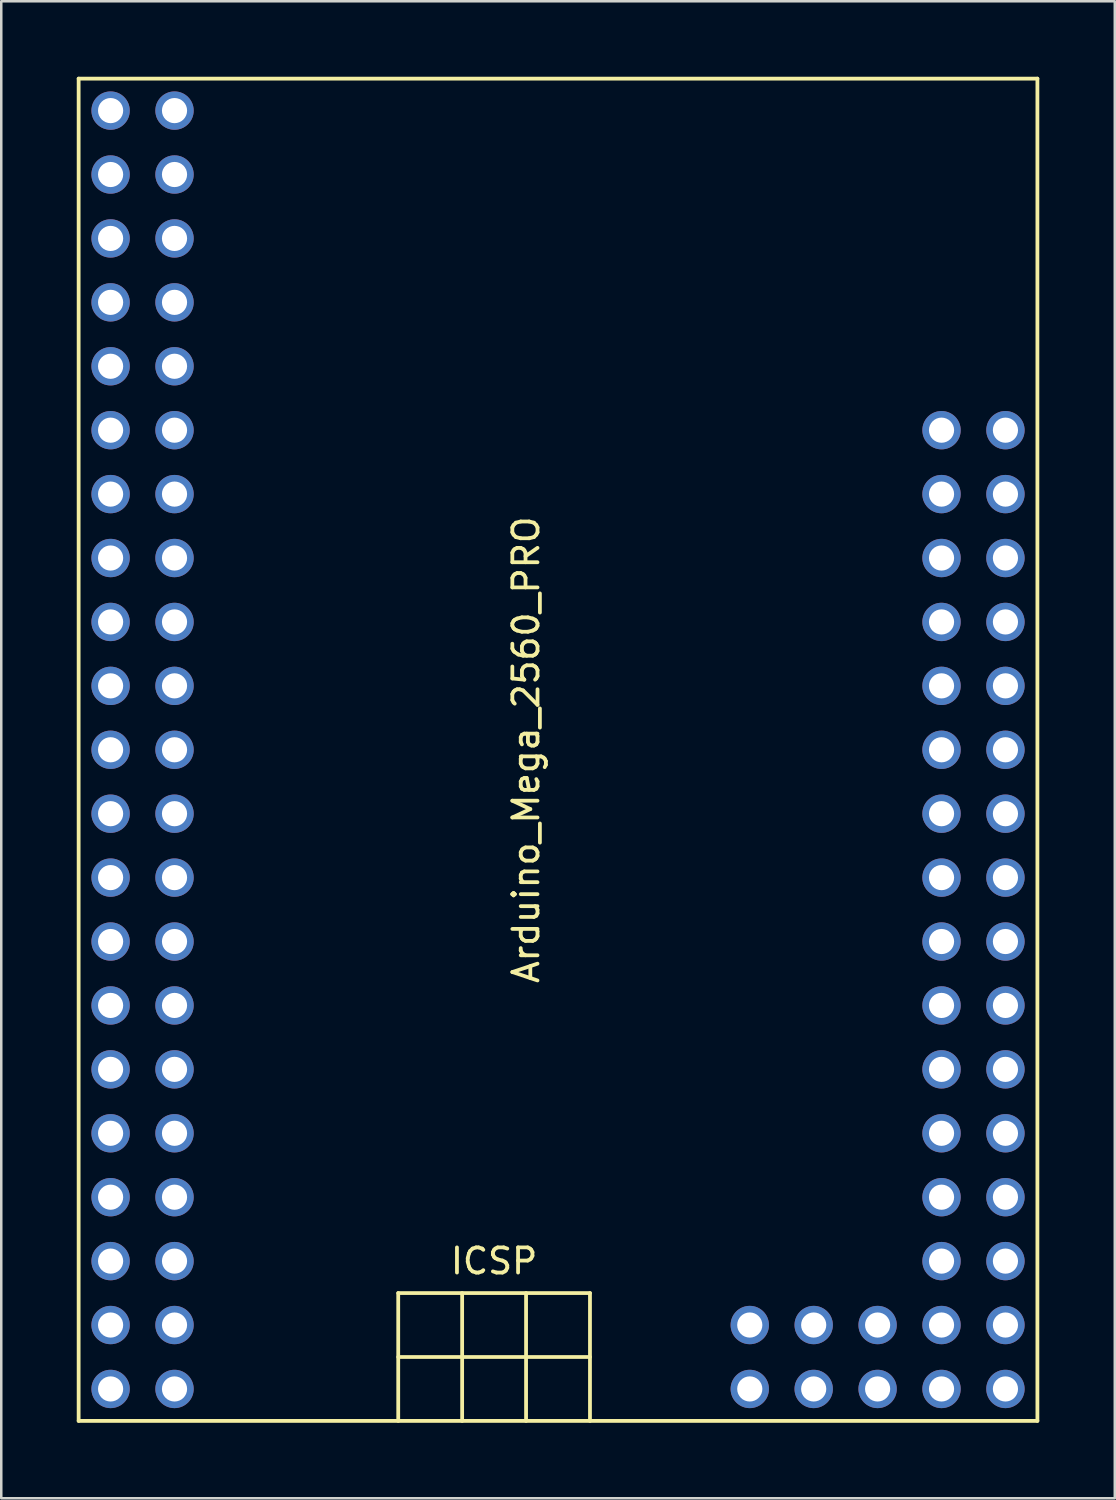
<source format=kicad_pcb>
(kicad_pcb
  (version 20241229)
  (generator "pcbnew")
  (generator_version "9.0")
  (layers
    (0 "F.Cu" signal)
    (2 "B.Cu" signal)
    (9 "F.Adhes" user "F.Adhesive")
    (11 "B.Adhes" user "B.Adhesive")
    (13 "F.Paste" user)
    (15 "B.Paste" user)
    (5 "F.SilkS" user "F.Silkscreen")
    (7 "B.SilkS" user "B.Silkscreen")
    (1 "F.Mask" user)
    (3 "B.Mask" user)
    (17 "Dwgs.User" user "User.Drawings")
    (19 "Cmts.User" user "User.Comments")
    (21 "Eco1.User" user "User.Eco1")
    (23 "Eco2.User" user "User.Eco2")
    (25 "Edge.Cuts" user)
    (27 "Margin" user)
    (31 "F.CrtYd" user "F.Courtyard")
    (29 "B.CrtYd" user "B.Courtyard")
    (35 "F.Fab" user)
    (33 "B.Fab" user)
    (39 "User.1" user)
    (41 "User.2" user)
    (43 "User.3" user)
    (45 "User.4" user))
  (footprint "Arduino_Mega_2560_PRO"
    (layer "F.Cu")
    (at 19.125 26.745)
    (property "Reference" "Arduino_Mega_2560_PRO" (at -1.27 0 90) (layer "F.SilkS") (effects (font (size 1 1) (thickness 0.15))))
    (attr through_hole)
    (fp_line (start -19.05 -26.67) (end 19.05 -26.67) (stroke (width 0.15) (type solid)) (layer "F.SilkS"))
    (fp_line (start -19.05 26.67) (end -19.05 -26.67) (stroke (width 0.15) (type solid)) (layer "F.SilkS"))
    (fp_line (start -6.35 21.59) (end 1.27 21.59) (stroke (width 0.15) (type solid)) (layer "F.SilkS"))
    (fp_line (start -6.35 24.13) (end 1.27 24.13) (stroke (width 0.15) (type solid)) (layer "F.SilkS"))
    (fp_line (start -6.35 26.67) (end -6.35 21.59) (stroke (width 0.15) (type solid)) (layer "F.SilkS"))
    (fp_line (start -3.81 21.59) (end -3.81 26.67) (stroke (width 0.15) (type solid)) (layer "F.SilkS"))
    (fp_line (start -1.27 21.59) (end -1.27 26.67) (stroke (width 0.15) (type solid)) (layer "F.SilkS"))
    (fp_line (start 1.27 21.59) (end 1.27 26.67) (stroke (width 0.15) (type solid)) (layer "F.SilkS"))
    (fp_line (start 19.05 -26.67) (end 19.05 26.67) (stroke (width 0.15) (type solid)) (layer "F.SilkS"))
    (fp_line (start 19.05 26.67) (end -19.05 26.67) (stroke (width 0.15) (type solid)) (layer "F.SilkS"))
    (fp_text user "ICSP" (at -2.54 20.32 0) (layer "F.SilkS") (effects (font (size 1 1) (thickness 0.15))))
    (pad "1" thru_hole circle (at -17.78 -25.4) (size 1.524 1.524) (drill 1) (layers "*.Cu" "*.Mask"))
    (pad "1" thru_hole circle (at -17.78 -22.86) (size 1.524 1.524) (drill 1) (layers "*.Cu" "*.Mask"))
    (pad "1" thru_hole circle (at -17.78 -20.32) (size 1.524 1.524) (drill 1) (layers "*.Cu" "*.Mask"))
    (pad "1" thru_hole circle (at -17.78 -17.78) (size 1.524 1.524) (drill 1) (layers "*.Cu" "*.Mask"))
    (pad "1" thru_hole circle (at -17.78 -15.24) (size 1.524 1.524) (drill 1) (layers "*.Cu" "*.Mask"))
    (pad "1" thru_hole circle (at -17.78 -12.7) (size 1.524 1.524) (drill 1) (layers "*.Cu" "*.Mask"))
    (pad "1" thru_hole circle (at -17.78 -10.16) (size 1.524 1.524) (drill 1) (layers "*.Cu" "*.Mask"))
    (pad "1" thru_hole circle (at -17.78 -7.62) (size 1.524 1.524) (drill 1) (layers "*.Cu" "*.Mask"))
    (pad "1" thru_hole circle (at -17.78 -5.08) (size 1.524 1.524) (drill 1) (layers "*.Cu" "*.Mask"))
    (pad "1" thru_hole circle (at -17.78 -2.54) (size 1.524 1.524) (drill 1) (layers "*.Cu" "*.Mask"))
    (pad "1" thru_hole circle (at -17.78 0) (size 1.524 1.524) (drill 1) (layers "*.Cu" "*.Mask"))
    (pad "1" thru_hole circle (at -17.78 2.54) (size 1.524 1.524) (drill 1) (layers "*.Cu" "*.Mask"))
    (pad "1" thru_hole circle (at -17.78 5.08) (size 1.524 1.524) (drill 1) (layers "*.Cu" "*.Mask"))
    (pad "1" thru_hole circle (at -17.78 7.62) (size 1.524 1.524) (drill 1) (layers "*.Cu" "*.Mask"))
    (pad "1" thru_hole circle (at -17.78 10.16) (size 1.524 1.524) (drill 1) (layers "*.Cu" "*.Mask"))
    (pad "1" thru_hole circle (at -17.78 12.7) (size 1.524 1.524) (drill 1) (layers "*.Cu" "*.Mask"))
    (pad "1" thru_hole circle (at -17.78 15.24) (size 1.524 1.524) (drill 1) (layers "*.Cu" "*.Mask"))
    (pad "1" thru_hole circle (at -17.78 17.78) (size 1.524 1.524) (drill 1) (layers "*.Cu" "*.Mask"))
    (pad "1" thru_hole circle (at -17.78 20.32) (size 1.524 1.524) (drill 1) (layers "*.Cu" "*.Mask"))
    (pad "1" thru_hole circle (at -17.78 22.86) (size 1.524 1.524) (drill 1) (layers "*.Cu" "*.Mask"))
    (pad "1" thru_hole circle (at -17.78 25.4) (size 1.524 1.524) (drill 1) (layers "*.Cu" "*.Mask"))
    (pad "1" thru_hole circle (at -15.24 -25.4) (size 1.524 1.524) (drill 1) (layers "*.Cu" "*.Mask"))
    (pad "1" thru_hole circle (at -15.24 -22.86) (size 1.524 1.524) (drill 1) (layers "*.Cu" "*.Mask"))
    (pad "1" thru_hole circle (at -15.24 -20.32) (size 1.524 1.524) (drill 1) (layers "*.Cu" "*.Mask"))
    (pad "1" thru_hole circle (at -15.24 -17.78) (size 1.524 1.524) (drill 1) (layers "*.Cu" "*.Mask"))
    (pad "1" thru_hole circle (at -15.24 -15.24) (size 1.524 1.524) (drill 1) (layers "*.Cu" "*.Mask"))
    (pad "1" thru_hole circle (at -15.24 -12.7) (size 1.524 1.524) (drill 1) (layers "*.Cu" "*.Mask"))
    (pad "1" thru_hole circle (at -15.24 -10.16) (size 1.524 1.524) (drill 1) (layers "*.Cu" "*.Mask"))
    (pad "1" thru_hole circle (at -15.24 -7.62) (size 1.524 1.524) (drill 1) (layers "*.Cu" "*.Mask"))
    (pad "1" thru_hole circle (at -15.24 -5.08) (size 1.524 1.524) (drill 1) (layers "*.Cu" "*.Mask"))
    (pad "1" thru_hole circle (at -15.24 -2.54) (size 1.524 1.524) (drill 1) (layers "*.Cu" "*.Mask"))
    (pad "1" thru_hole circle (at -15.24 0) (size 1.524 1.524) (drill 1) (layers "*.Cu" "*.Mask"))
    (pad "1" thru_hole circle (at -15.24 2.54) (size 1.524 1.524) (drill 1) (layers "*.Cu" "*.Mask"))
    (pad "1" thru_hole circle (at -15.24 5.08) (size 1.524 1.524) (drill 1) (layers "*.Cu" "*.Mask"))
    (pad "1" thru_hole circle (at -15.24 7.62) (size 1.524 1.524) (drill 1) (layers "*.Cu" "*.Mask"))
    (pad "1" thru_hole circle (at -15.24 10.16) (size 1.524 1.524) (drill 1) (layers "*.Cu" "*.Mask"))
    (pad "1" thru_hole circle (at -15.24 12.7) (size 1.524 1.524) (drill 1) (layers "*.Cu" "*.Mask"))
    (pad "1" thru_hole circle (at -15.24 15.24) (size 1.524 1.524) (drill 1) (layers "*.Cu" "*.Mask"))
    (pad "1" thru_hole circle (at -15.24 17.78) (size 1.524 1.524) (drill 1) (layers "*.Cu" "*.Mask"))
    (pad "1" thru_hole circle (at -15.24 20.32) (size 1.524 1.524) (drill 1) (layers "*.Cu" "*.Mask"))
    (pad "1" thru_hole circle (at -15.24 22.86) (size 1.524 1.524) (drill 1) (layers "*.Cu" "*.Mask"))
    (pad "1" thru_hole circle (at -15.24 25.4) (size 1.524 1.524) (drill 1) (layers "*.Cu" "*.Mask"))
    (pad "1" thru_hole circle (at 7.62 22.86) (size 1.524 1.524) (drill 1) (layers "*.Cu" "*.Mask"))
    (pad "1" thru_hole circle (at 7.62 25.4) (size 1.524 1.524) (drill 1) (layers "*.Cu" "*.Mask"))
    (pad "1" thru_hole circle (at 10.16 22.86) (size 1.524 1.524) (drill 1) (layers "*.Cu" "*.Mask"))
    (pad "1" thru_hole circle (at 10.16 25.4) (size 1.524 1.524) (drill 1) (layers "*.Cu" "*.Mask"))
    (pad "1" thru_hole circle (at 12.7 22.86) (size 1.524 1.524) (drill 1) (layers "*.Cu" "*.Mask"))
    (pad "1" thru_hole circle (at 12.7 25.4) (size 1.524 1.524) (drill 1) (layers "*.Cu" "*.Mask"))
    (pad "1" thru_hole circle (at 15.24 -12.7) (size 1.524 1.524) (drill 1) (layers "*.Cu" "*.Mask"))
    (pad "1" thru_hole circle (at 15.24 -10.16) (size 1.524 1.524) (drill 1) (layers "*.Cu" "*.Mask"))
    (pad "1" thru_hole circle (at 15.24 -7.62) (size 1.524 1.524) (drill 1) (layers "*.Cu" "*.Mask"))
    (pad "1" thru_hole circle (at 15.24 -5.08) (size 1.524 1.524) (drill 1) (layers "*.Cu" "*.Mask"))
    (pad "1" thru_hole circle (at 15.24 -2.54) (size 1.524 1.524) (drill 1) (layers "*.Cu" "*.Mask"))
    (pad "1" thru_hole circle (at 15.24 0) (size 1.524 1.524) (drill 1) (layers "*.Cu" "*.Mask"))
    (pad "1" thru_hole circle (at 15.24 2.54) (size 1.524 1.524) (drill 1) (layers "*.Cu" "*.Mask"))
    (pad "1" thru_hole circle (at 15.24 5.08) (size 1.524 1.524) (drill 1) (layers "*.Cu" "*.Mask"))
    (pad "1" thru_hole circle (at 15.24 7.62) (size 1.524 1.524) (drill 1) (layers "*.Cu" "*.Mask"))
    (pad "1" thru_hole circle (at 15.24 10.16) (size 1.524 1.524) (drill 1) (layers "*.Cu" "*.Mask"))
    (pad "1" thru_hole circle (at 15.24 12.7) (size 1.524 1.524) (drill 1) (layers "*.Cu" "*.Mask"))
    (pad "1" thru_hole circle (at 15.24 15.24) (size 1.524 1.524) (drill 1) (layers "*.Cu" "*.Mask"))
    (pad "1" thru_hole circle (at 15.24 17.78) (size 1.524 1.524) (drill 1) (layers "*.Cu" "*.Mask"))
    (pad "1" thru_hole circle (at 15.24 20.32) (size 1.524 1.524) (drill 1) (layers "*.Cu" "*.Mask"))
    (pad "1" thru_hole circle (at 15.24 22.86) (size 1.524 1.524) (drill 1) (layers "*.Cu" "*.Mask"))
    (pad "1" thru_hole circle (at 15.24 25.4) (size 1.524 1.524) (drill 1) (layers "*.Cu" "*.Mask"))
    (pad "1" thru_hole circle (at 17.78 -12.7) (size 1.524 1.524) (drill 1) (layers "*.Cu" "*.Mask"))
    (pad "1" thru_hole circle (at 17.78 -10.16) (size 1.524 1.524) (drill 1) (layers "*.Cu" "*.Mask"))
    (pad "1" thru_hole circle (at 17.78 -7.62) (size 1.524 1.524) (drill 1) (layers "*.Cu" "*.Mask"))
    (pad "1" thru_hole circle (at 17.78 -5.08) (size 1.524 1.524) (drill 1) (layers "*.Cu" "*.Mask"))
    (pad "1" thru_hole circle (at 17.78 -2.54) (size 1.524 1.524) (drill 1) (layers "*.Cu" "*.Mask"))
    (pad "1" thru_hole circle (at 17.78 0) (size 1.524 1.524) (drill 1) (layers "*.Cu" "*.Mask"))
    (pad "1" thru_hole circle (at 17.78 2.54) (size 1.524 1.524) (drill 1) (layers "*.Cu" "*.Mask"))
    (pad "1" thru_hole circle (at 17.78 5.08) (size 1.524 1.524) (drill 1) (layers "*.Cu" "*.Mask"))
    (pad "1" thru_hole circle (at 17.78 7.62) (size 1.524 1.524) (drill 1) (layers "*.Cu" "*.Mask"))
    (pad "1" thru_hole circle (at 17.78 10.16) (size 1.524 1.524) (drill 1) (layers "*.Cu" "*.Mask"))
    (pad "1" thru_hole circle (at 17.78 12.7) (size 1.524 1.524) (drill 1) (layers "*.Cu" "*.Mask"))
    (pad "1" thru_hole circle (at 17.78 15.24) (size 1.524 1.524) (drill 1) (layers "*.Cu" "*.Mask"))
    (pad "1" thru_hole circle (at 17.78 17.78) (size 1.524 1.524) (drill 1) (layers "*.Cu" "*.Mask"))
    (pad "1" thru_hole circle (at 17.78 20.32) (size 1.524 1.524) (drill 1) (layers "*.Cu" "*.Mask"))
    (pad "1" thru_hole circle (at 17.78 22.86) (size 1.524 1.524) (drill 1) (layers "*.Cu" "*.Mask"))
    (pad "1" thru_hole circle (at 17.78 25.4) (size 1.524 1.524) (drill 1) (layers "*.Cu" "*.Mask")))
  (gr_rect
    (start -3 -3)
    (end 41.25 56.49)
    (stroke (width 0.1) (type default))
    (fill no)
    (layer "Edge.Cuts")))
</source>
